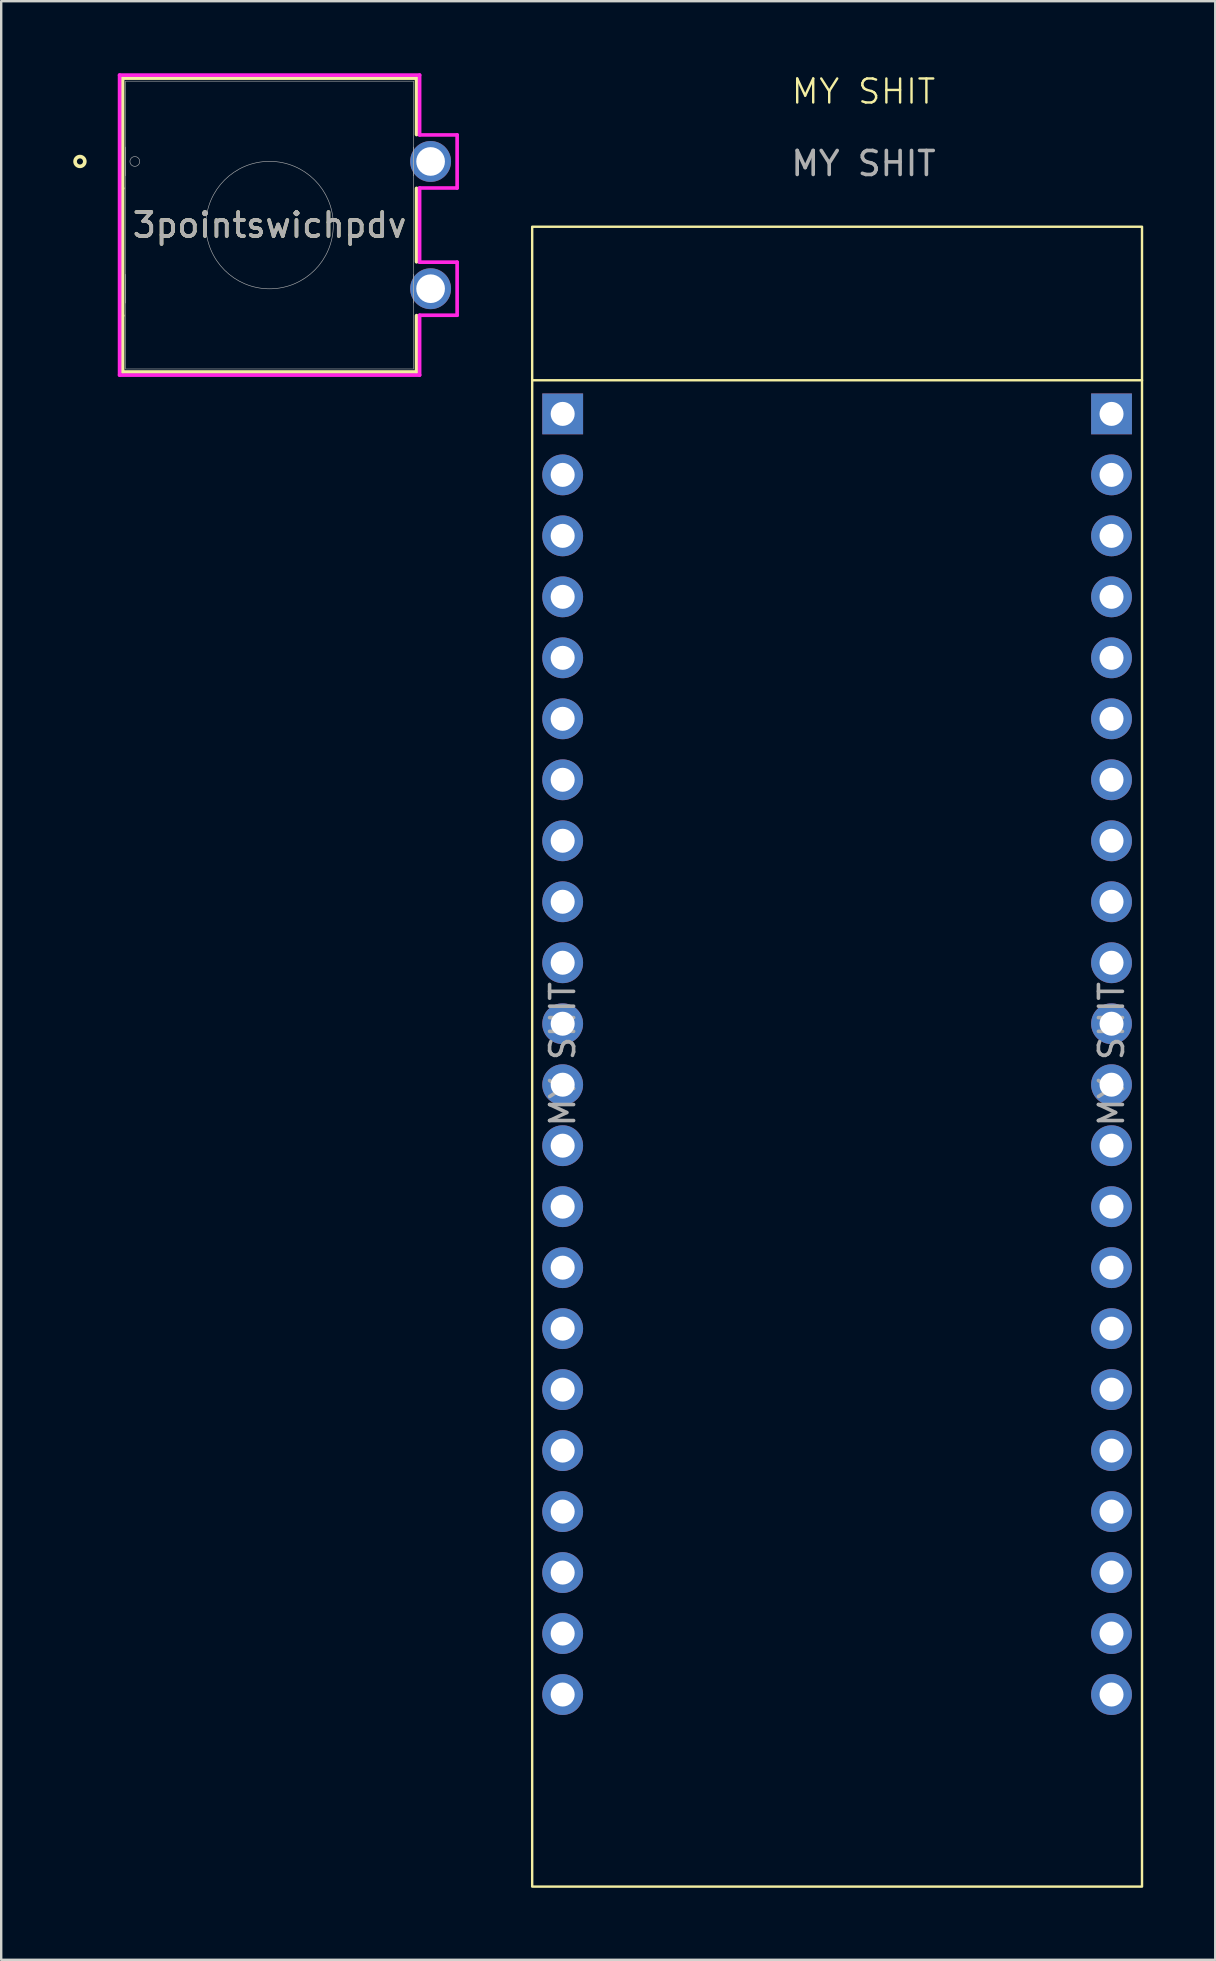
<source format=kicad_pcb>
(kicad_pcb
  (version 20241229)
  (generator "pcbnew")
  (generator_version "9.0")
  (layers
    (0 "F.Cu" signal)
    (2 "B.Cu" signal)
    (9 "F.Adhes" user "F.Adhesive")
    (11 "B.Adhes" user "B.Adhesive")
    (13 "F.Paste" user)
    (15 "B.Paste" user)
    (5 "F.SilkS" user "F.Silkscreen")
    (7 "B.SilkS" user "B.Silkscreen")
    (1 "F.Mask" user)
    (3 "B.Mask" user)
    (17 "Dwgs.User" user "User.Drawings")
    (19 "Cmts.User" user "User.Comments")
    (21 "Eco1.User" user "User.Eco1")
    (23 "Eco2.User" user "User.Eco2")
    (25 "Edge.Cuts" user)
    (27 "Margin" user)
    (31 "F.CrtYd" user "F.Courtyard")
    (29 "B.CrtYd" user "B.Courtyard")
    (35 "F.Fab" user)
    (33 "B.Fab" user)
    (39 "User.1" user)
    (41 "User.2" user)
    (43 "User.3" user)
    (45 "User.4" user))
  (footprint "MY SHIT"
    (layer "F.Cu")
    (at 32.916 41.361)
    (property "Reference" "MY SHIT" (at 0 -40.6 0) (unlocked yes) (layer "F.SilkS") (effects (font (size 1 1) (thickness 0.1))))
    (attr through_hole)
    (fp_line (start -13.8 -28.572) (end 11.6 -28.572) (stroke (width 0.1) (type default)) (layer "F.SilkS"))
    (fp_rect (start -13.8 -34.968) (end 11.6 34.168) (stroke (width 0.1) (type default)) (fill no) (layer "F.SilkS"))
    (fp_text user "${REFERENCE}" (at 10.33 -0.502 90) (layer "F.Fab") (effects (font (size 1 1) (thickness 0.15))))
    (fp_text user "${REFERENCE}" (at 0 -37.6 0) (unlocked yes) (layer "F.Fab") (effects (font (size 1 1) (thickness 0.15))))
    (fp_text user "${REFERENCE}" (at -12.53 -0.502 90) (layer "F.Fab") (effects (font (size 1 1) (thickness 0.15))))
    (pad "1" thru_hole rect (at -12.53 -27.172) (size 1.7 1.7) (drill 1) (layers "*.Cu" "*.Mask"))
    (pad "2" thru_hole oval (at -12.53 -24.632) (size 1.7 1.7) (drill 1) (layers "*.Cu" "*.Mask"))
    (pad "3" thru_hole oval (at -12.53 -22.092) (size 1.7 1.7) (drill 1) (layers "*.Cu" "*.Mask"))
    (pad "4" thru_hole oval (at -12.53 -19.552) (size 1.7 1.7) (drill 1) (layers "*.Cu" "*.Mask"))
    (pad "5" thru_hole oval (at -12.53 -17.012) (size 1.7 1.7) (drill 1) (layers "*.Cu" "*.Mask"))
    (pad "6" thru_hole oval (at -12.53 -14.472) (size 1.7 1.7) (drill 1) (layers "*.Cu" "*.Mask"))
    (pad "7" thru_hole oval (at -12.53 -11.932) (size 1.7 1.7) (drill 1) (layers "*.Cu" "*.Mask"))
    (pad "8" thru_hole oval (at -12.53 -9.392) (size 1.7 1.7) (drill 1) (layers "*.Cu" "*.Mask"))
    (pad "9" thru_hole oval (at -12.53 -6.852) (size 1.7 1.7) (drill 1) (layers "*.Cu" "*.Mask"))
    (pad "10" thru_hole oval (at -12.53 -4.312) (size 1.7 1.7) (drill 1) (layers "*.Cu" "*.Mask"))
    (pad "11" thru_hole oval (at -12.53 -1.772) (size 1.7 1.7) (drill 1) (layers "*.Cu" "*.Mask"))
    (pad "12" thru_hole oval (at -12.53 0.768) (size 1.7 1.7) (drill 1) (layers "*.Cu" "*.Mask"))
    (pad "13" thru_hole oval (at -12.53 3.308) (size 1.7 1.7) (drill 1) (layers "*.Cu" "*.Mask"))
    (pad "14" thru_hole oval (at -12.53 5.848) (size 1.7 1.7) (drill 1) (layers "*.Cu" "*.Mask"))
    (pad "15" thru_hole oval (at -12.53 8.388) (size 1.7 1.7) (drill 1) (layers "*.Cu" "*.Mask"))
    (pad "16" thru_hole oval (at -12.53 10.928) (size 1.7 1.7) (drill 1) (layers "*.Cu" "*.Mask"))
    (pad "17" thru_hole oval (at -12.53 13.468) (size 1.7 1.7) (drill 1) (layers "*.Cu" "*.Mask"))
    (pad "18" thru_hole oval (at -12.53 16.008) (size 1.7 1.7) (drill 1) (layers "*.Cu" "*.Mask"))
    (pad "19" thru_hole oval (at -12.53 18.548) (size 1.7 1.7) (drill 1) (layers "*.Cu" "*.Mask"))
    (pad "20" thru_hole oval (at -12.53 21.088) (size 1.7 1.7) (drill 1) (layers "*.Cu" "*.Mask"))
    (pad "21" thru_hole oval (at -12.53 23.628) (size 1.7 1.7) (drill 1) (layers "*.Cu" "*.Mask"))
    (pad "22" thru_hole oval (at -12.53 26.168) (size 1.7 1.7) (drill 1) (layers "*.Cu" "*.Mask"))
    (pad "23" thru_hole oval (at 10.33 26.168) (size 1.7 1.7) (drill 1) (layers "*.Cu" "*.Mask"))
    (pad "24" thru_hole oval (at 10.33 23.628) (size 1.7 1.7) (drill 1) (layers "*.Cu" "*.Mask"))
    (pad "25" thru_hole oval (at 10.33 21.088) (size 1.7 1.7) (drill 1) (layers "*.Cu" "*.Mask"))
    (pad "26" thru_hole oval (at 10.33 18.548) (size 1.7 1.7) (drill 1) (layers "*.Cu" "*.Mask"))
    (pad "27" thru_hole oval (at 10.33 16.008) (size 1.7 1.7) (drill 1) (layers "*.Cu" "*.Mask"))
    (pad "28" thru_hole oval (at 10.33 13.468) (size 1.7 1.7) (drill 1) (layers "*.Cu" "*.Mask"))
    (pad "29" thru_hole oval (at 10.33 10.928) (size 1.7 1.7) (drill 1) (layers "*.Cu" "*.Mask"))
    (pad "30" thru_hole oval (at 10.33 8.388) (size 1.7 1.7) (drill 1) (layers "*.Cu" "*.Mask"))
    (pad "31" thru_hole oval (at 10.33 5.848) (size 1.7 1.7) (drill 1) (layers "*.Cu" "*.Mask"))
    (pad "32" thru_hole oval (at 10.33 3.308) (size 1.7 1.7) (drill 1) (layers "*.Cu" "*.Mask"))
    (pad "33" thru_hole oval (at 10.33 0.768) (size 1.7 1.7) (drill 1) (layers "*.Cu" "*.Mask"))
    (pad "34" thru_hole oval (at 10.33 -1.772) (size 1.7 1.7) (drill 1) (layers "*.Cu" "*.Mask"))
    (pad "35" thru_hole oval (at 10.33 -4.312) (size 1.7 1.7) (drill 1) (layers "*.Cu" "*.Mask"))
    (pad "36" thru_hole oval (at 10.33 -6.852) (size 1.7 1.7) (drill 1) (layers "*.Cu" "*.Mask"))
    (pad "37" thru_hole oval (at 10.33 -9.392) (size 1.7 1.7) (drill 1) (layers "*.Cu" "*.Mask"))
    (pad "38" thru_hole oval (at 10.33 -11.932) (size 1.7 1.7) (drill 1) (layers "*.Cu" "*.Mask"))
    (pad "39" thru_hole oval (at 10.33 -14.472) (size 1.7 1.7) (drill 1) (layers "*.Cu" "*.Mask"))
    (pad "40" thru_hole oval (at 10.33 -17.012) (size 1.7 1.7) (drill 1) (layers "*.Cu" "*.Mask"))
    (pad "41" thru_hole oval (at 10.33 -19.552) (size 1.7 1.7) (drill 1) (layers "*.Cu" "*.Mask"))
    (pad "42" thru_hole oval (at 10.33 -22.092) (size 1.7 1.7) (drill 1) (layers "*.Cu" "*.Mask"))
    (pad "43" thru_hole oval (at 10.33 -24.632) (size 1.7 1.7) (drill 1) (layers "*.Cu" "*.Mask"))
    (pad "44" thru_hole rect (at 10.33 -27.172) (size 1.7 1.7) (drill 1) (layers "*.Cu" "*.Mask")))
  (footprint "3pointswichpdv"
    (layer "F.Cu")
    (at 14.885 3.675)
    (property "Reference" "3pointswichpdv" (at -6.706 2.65 0) (unlocked yes) (layer "F.SilkS") (effects (font (size 1 1) (thickness 0.15))))
    (attr through_hole)
    (fp_line (start -12.827 -3.471) (end -12.827 1.121) (stroke (width 0.152) (type solid)) (layer "F.SilkS"))
    (fp_line (start -12.827 1.121) (end -12.827 6.421) (stroke (width 0.152) (type solid)) (layer "F.SilkS"))
    (fp_line (start -12.827 6.421) (end -12.827 8.771) (stroke (width 0.152) (type solid)) (layer "F.SilkS"))
    (fp_line (start -12.827 8.771) (end -0.585 8.771) (stroke (width 0.152) (type solid)) (layer "F.SilkS"))
    (fp_line (start -0.585 -3.471) (end -12.827 -3.471) (stroke (width 0.152) (type solid)) (layer "F.SilkS"))
    (fp_line (start -0.585 -1.121) (end -0.585 -3.471) (stroke (width 0.152) (type solid)) (layer "F.SilkS"))
    (fp_line (start -0.585 4.179) (end -0.585 1.121) (stroke (width 0.152) (type solid)) (layer "F.SilkS"))
    (fp_line (start -0.585 8.771) (end -0.585 6.421) (stroke (width 0.152) (type solid)) (layer "F.SilkS"))
    (fp_circle (center -14.605 0) (end -14.402 0) (stroke (width 0.152) (type solid)) (fill no) (layer "F.SilkS"))
    (fp_line (start -12.954 -3.598) (end -12.954 8.898) (stroke (width 0.152) (type solid)) (layer "F.CrtYd"))
    (fp_line (start -12.954 8.898) (end -0.458 8.898) (stroke (width 0.152) (type solid)) (layer "F.CrtYd"))
    (fp_line (start -0.458 -3.598) (end -12.954 -3.598) (stroke (width 0.152) (type solid)) (layer "F.CrtYd"))
    (fp_line (start -0.458 -1.105) (end -0.458 -3.598) (stroke (width 0.152) (type solid)) (layer "F.CrtYd"))
    (fp_line (start -0.458 1.105) (end 1.105 1.105) (stroke (width 0.152) (type solid)) (layer "F.CrtYd"))
    (fp_line (start -0.458 4.195) (end -0.458 1.105) (stroke (width 0.152) (type solid)) (layer "F.CrtYd"))
    (fp_line (start -0.458 6.405) (end 1.105 6.405) (stroke (width 0.152) (type solid)) (layer "F.CrtYd"))
    (fp_line (start -0.458 8.898) (end -0.458 6.405) (stroke (width 0.152) (type solid)) (layer "F.CrtYd"))
    (fp_line (start 1.105 -1.105) (end -0.458 -1.105) (stroke (width 0.152) (type solid)) (layer "F.CrtYd"))
    (fp_line (start 1.105 1.105) (end 1.105 -1.105) (stroke (width 0.152) (type solid)) (layer "F.CrtYd"))
    (fp_line (start 1.105 4.195) (end -0.458 4.195) (stroke (width 0.152) (type solid)) (layer "F.CrtYd"))
    (fp_line (start 1.105 6.405) (end 1.105 4.195) (stroke (width 0.152) (type solid)) (layer "F.CrtYd"))
    (fp_line (start -12.7 -3.344) (end -12.7 8.644) (stroke (width 0.025) (type solid)) (layer "F.Fab"))
    (fp_line (start -12.7 0.597) (end -12.7 -0.597) (stroke (width 0.025) (type solid)) (layer "F.Fab"))
    (fp_line (start -12.7 5.897) (end -12.7 4.703) (stroke (width 0.025) (type solid)) (layer "F.Fab"))
    (fp_line (start -12.7 8.644) (end -0.712 8.644) (stroke (width 0.025) (type solid)) (layer "F.Fab"))
    (fp_line (start -0.712 -3.344) (end -12.7 -3.344) (stroke (width 0.025) (type solid)) (layer "F.Fab"))
    (fp_line (start -0.712 -0.597) (end -0.712 0.597) (stroke (width 0.025) (type solid)) (layer "F.Fab"))
    (fp_line (start -0.712 4.703) (end -0.712 5.897) (stroke (width 0.025) (type solid)) (layer "F.Fab"))
    (fp_line (start -0.712 8.644) (end -0.712 -3.344) (stroke (width 0.025) (type solid)) (layer "F.Fab"))
    (fp_line (start -0.254 0) (end 0.254 0) (stroke (width 0.152) (type solid)) (layer "F.Fab"))
    (fp_line (start 0 0.254) (end 0 -0.254) (stroke (width 0.152) (type solid)) (layer "F.Fab"))
    (fp_circle (center -12.319 0) (end -12.116 0) (stroke (width 0.025) (type solid)) (fill no) (layer "F.Fab"))
    (fp_circle (center -6.706 2.65) (end -4.052 2.65) (stroke (width 0.025) (type solid)) (fill no) (layer "F.Fab"))
    (fp_text user "${REFERENCE}" (at -6.706 2.65 0) (unlocked yes) (layer "F.Fab") (effects (font (size 1 1) (thickness 0.15))))
    (pad "1" thru_hole circle (at 0 0) (size 1.702 1.702) (drill 1.194) (layers "*.Cu" "*.Mask"))
    (pad "2" thru_hole circle (at 0 5.3) (size 1.702 1.702) (drill 1.194) (layers "*.Cu" "*.Mask")))
  (gr_rect
    (start -3 -3)
    (end 47.566 78.579)
    (stroke (width 0.1) (type default))
    (fill no)
    (layer "Edge.Cuts")))
</source>
